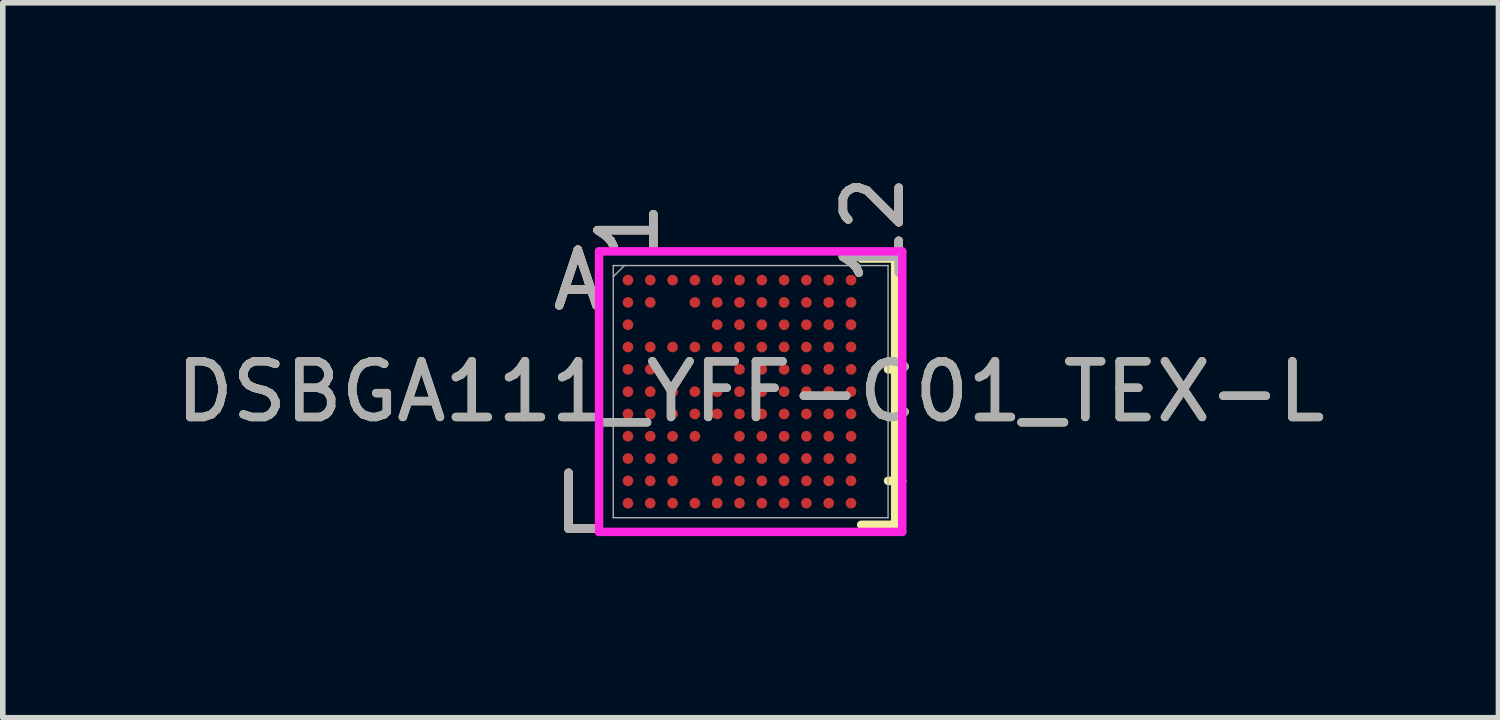
<source format=kicad_pcb>
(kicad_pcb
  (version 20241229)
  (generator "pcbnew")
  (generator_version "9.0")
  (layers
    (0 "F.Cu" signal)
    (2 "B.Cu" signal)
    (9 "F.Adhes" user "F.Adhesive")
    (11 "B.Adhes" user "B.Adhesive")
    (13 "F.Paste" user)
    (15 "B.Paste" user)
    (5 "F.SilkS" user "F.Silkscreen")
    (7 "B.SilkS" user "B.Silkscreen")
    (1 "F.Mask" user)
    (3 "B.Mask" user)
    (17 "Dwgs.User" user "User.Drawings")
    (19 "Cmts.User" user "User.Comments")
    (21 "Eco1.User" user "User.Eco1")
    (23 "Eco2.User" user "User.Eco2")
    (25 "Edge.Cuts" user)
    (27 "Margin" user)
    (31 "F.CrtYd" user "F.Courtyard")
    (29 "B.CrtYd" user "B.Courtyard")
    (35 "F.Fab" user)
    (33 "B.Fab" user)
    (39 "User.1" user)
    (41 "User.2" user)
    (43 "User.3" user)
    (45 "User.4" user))
  (footprint "DSBGA111_YFF-C01_TEX-L"
    (layer "F.Cu")
    (at 10.411 3.973)
    (property "Reference" "DSBGA111_YFF-C01_TEX-L" (at 0 0 0) (unlocked yes) (layer "F.SilkS") (effects (font (size 1 1) (thickness 0.15))))
    (attr smd)
    (fp_line (start 1.982 2.388) (end 2.591 2.388) (stroke (width 0.152) (type solid)) (layer "F.SilkS"))
    (fp_line (start 2.464 -0.4) (end 2.718 -0.4) (stroke (width 0.152) (type solid)) (layer "F.SilkS"))
    (fp_line (start 2.464 1.6) (end 2.718 1.6) (stroke (width 0.152) (type solid)) (layer "F.SilkS"))
    (fp_line (start 2.591 -2.388) (end 1.982 -2.388) (stroke (width 0.152) (type solid)) (layer "F.SilkS"))
    (fp_line (start 2.591 2.388) (end 2.591 -2.388) (stroke (width 0.152) (type solid)) (layer "F.SilkS"))
    (fp_poly (pts (xy -2.845 -2.645) (xy 2.845 -2.645) (xy 2.845 2.645) (xy -2.845 2.645)) (stroke (width 0.1) (type solid)) (fill no) (layer "Eco2.User"))
    (fp_line (start -2.718 -2.515) (end 2.718 -2.515) (stroke (width 0.152) (type solid)) (layer "F.CrtYd"))
    (fp_line (start -2.718 2.515) (end -2.718 -2.515) (stroke (width 0.152) (type solid)) (layer "F.CrtYd"))
    (fp_line (start 2.718 -2.515) (end 2.718 2.515) (stroke (width 0.152) (type solid)) (layer "F.CrtYd"))
    (fp_line (start 2.718 2.515) (end -2.718 2.515) (stroke (width 0.152) (type solid)) (layer "F.CrtYd"))
    (fp_line (start -2.464 -2.261) (end -2.464 2.261) (stroke (width 0.025) (type solid)) (layer "F.Fab"))
    (fp_line (start -2.464 2.261) (end 2.464 2.261) (stroke (width 0.025) (type solid)) (layer "F.Fab"))
    (fp_line (start -2.264 -2.261) (end -2.464 -2.061) (stroke (width 0.025) (type solid)) (layer "F.Fab"))
    (fp_line (start 2.464 -2.261) (end -2.464 -2.261) (stroke (width 0.025) (type solid)) (layer "F.Fab"))
    (fp_line (start 2.464 2.261) (end 2.464 -2.261) (stroke (width 0.025) (type solid)) (layer "F.Fab"))
    (fp_text user "A" (at -3.099 -2 0) (unlocked yes) (layer "F.SilkS") (effects (font (size 1 1) (thickness 0.15))))
    (fp_text user "L" (at -3.099 2 0) (unlocked yes) (layer "F.SilkS") (effects (font (size 1 1) (thickness 0.15))))
    (fp_text user "12" (at 2.2 -2.896 90) (unlocked yes) (layer "F.SilkS") (effects (font (size 1 1) (thickness 0.15))))
    (fp_text user "1" (at -2.2 -2.896 90) (unlocked yes) (layer "F.SilkS") (effects (font (size 1 1) (thickness 0.15))))
    (fp_text user "1" (at -2.2 -2.896 90) (unlocked yes) (layer "B.SilkS") (effects (font (size 1 1) (thickness 0.15))))
    (fp_text user "L" (at -3.099 2 0) (unlocked yes) (layer "B.SilkS") (effects (font (size 1 1) (thickness 0.15))))
    (fp_text user "A" (at -3.099 -2 0) (unlocked yes) (layer "B.SilkS") (effects (font (size 1 1) (thickness 0.15))))
    (fp_text user "12" (at 2.2 -2.896 90) (unlocked yes) (layer "B.SilkS") (effects (font (size 1 1) (thickness 0.15))))
    (fp_text user "${REFERENCE}" (at 0 0 0) (unlocked yes) (layer "F.Fab") (effects (font (size 1 1) (thickness 0.15))))
    (fp_text user "1" (at -2.2 -2.896 90) (unlocked yes) (layer "F.Fab") (effects (font (size 1 1) (thickness 0.15))))
    (fp_text user "L" (at -3.099 2 0) (unlocked yes) (layer "F.Fab") (effects (font (size 1 1) (thickness 0.15))))
    (fp_text user "A" (at -3.099 -2 0) (unlocked yes) (layer "F.Fab") (effects (font (size 1 1) (thickness 0.15))))
    (fp_text user "12" (at 2.2 -2.896 90) (unlocked yes) (layer "F.Fab") (effects (font (size 1 1) (thickness 0.15))))
    (pad "A1" smd circle (at -2.2 -2) (size 0.191 0.191) (layers "F.Cu" "F.Mask" "F.Paste"))
    (pad "A2" smd circle (at -1.8 -2) (size 0.191 0.191) (layers "F.Cu" "F.Mask" "F.Paste"))
    (pad "A3" smd circle (at -1.4 -2) (size 0.191 0.191) (layers "F.Cu" "F.Mask" "F.Paste"))
    (pad "A4" smd circle (at -1 -2) (size 0.191 0.191) (layers "F.Cu" "F.Mask" "F.Paste"))
    (pad "A5" smd circle (at -0.6 -2) (size 0.191 0.191) (layers "F.Cu" "F.Mask" "F.Paste"))
    (pad "A6" smd circle (at -0.2 -2) (size 0.191 0.191) (layers "F.Cu" "F.Mask" "F.Paste"))
    (pad "A7" smd circle (at 0.2 -2) (size 0.191 0.191) (layers "F.Cu" "F.Mask" "F.Paste"))
    (pad "A8" smd circle (at 0.6 -2) (size 0.191 0.191) (layers "F.Cu" "F.Mask" "F.Paste"))
    (pad "A9" smd circle (at 1 -2) (size 0.191 0.191) (layers "F.Cu" "F.Mask" "F.Paste"))
    (pad "A10" smd circle (at 1.4 -2) (size 0.191 0.191) (layers "F.Cu" "F.Mask" "F.Paste"))
    (pad "A11" smd circle (at 1.8 -2) (size 0.191 0.191) (layers "F.Cu" "F.Mask" "F.Paste"))
    (pad "B1" smd circle (at -2.2 -1.6) (size 0.191 0.191) (layers "F.Cu" "F.Mask" "F.Paste"))
    (pad "B2" smd circle (at -1.8 -1.6) (size 0.191 0.191) (layers "F.Cu" "F.Mask" "F.Paste"))
    (pad "B4" smd circle (at -1 -1.6) (size 0.191 0.191) (layers "F.Cu" "F.Mask" "F.Paste"))
    (pad "B5" smd circle (at -0.6 -1.6) (size 0.191 0.191) (layers "F.Cu" "F.Mask" "F.Paste"))
    (pad "B6" smd circle (at -0.2 -1.6) (size 0.191 0.191) (layers "F.Cu" "F.Mask" "F.Paste"))
    (pad "B7" smd circle (at 0.2 -1.6) (size 0.191 0.191) (layers "F.Cu" "F.Mask" "F.Paste"))
    (pad "B8" smd circle (at 0.6 -1.6) (size 0.191 0.191) (layers "F.Cu" "F.Mask" "F.Paste"))
    (pad "B9" smd circle (at 1 -1.6) (size 0.191 0.191) (layers "F.Cu" "F.Mask" "F.Paste"))
    (pad "B10" smd circle (at 1.4 -1.6) (size 0.191 0.191) (layers "F.Cu" "F.Mask" "F.Paste"))
    (pad "B11" smd circle (at 1.8 -1.6) (size 0.191 0.191) (layers "F.Cu" "F.Mask" "F.Paste"))
    (pad "C1" smd circle (at -2.2 -1.2) (size 0.191 0.191) (layers "F.Cu" "F.Mask" "F.Paste"))
    (pad "C5" smd circle (at -0.6 -1.2) (size 0.191 0.191) (layers "F.Cu" "F.Mask" "F.Paste"))
    (pad "C6" smd circle (at -0.2 -1.2) (size 0.191 0.191) (layers "F.Cu" "F.Mask" "F.Paste"))
    (pad "C7" smd circle (at 0.2 -1.2) (size 0.191 0.191) (layers "F.Cu" "F.Mask" "F.Paste"))
    (pad "C8" smd circle (at 0.6 -1.2) (size 0.191 0.191) (layers "F.Cu" "F.Mask" "F.Paste"))
    (pad "C9" smd circle (at 1 -1.2) (size 0.191 0.191) (layers "F.Cu" "F.Mask" "F.Paste"))
    (pad "C10" smd circle (at 1.4 -1.2) (size 0.191 0.191) (layers "F.Cu" "F.Mask" "F.Paste"))
    (pad "C11" smd circle (at 1.8 -1.2) (size 0.191 0.191) (layers "F.Cu" "F.Mask" "F.Paste"))
    (pad "D1" smd circle (at -2.2 -0.8) (size 0.191 0.191) (layers "F.Cu" "F.Mask" "F.Paste"))
    (pad "D2" smd circle (at -1.8 -0.8) (size 0.191 0.191) (layers "F.Cu" "F.Mask" "F.Paste"))
    (pad "D3" smd circle (at -1.4 -0.8) (size 0.191 0.191) (layers "F.Cu" "F.Mask" "F.Paste"))
    (pad "D4" smd circle (at -1 -0.8) (size 0.191 0.191) (layers "F.Cu" "F.Mask" "F.Paste"))
    (pad "D5" smd circle (at -0.6 -0.8) (size 0.191 0.191) (layers "F.Cu" "F.Mask" "F.Paste"))
    (pad "D6" smd circle (at -0.2 -0.8) (size 0.191 0.191) (layers "F.Cu" "F.Mask" "F.Paste"))
    (pad "D7" smd circle (at 0.2 -0.8) (size 0.191 0.191) (layers "F.Cu" "F.Mask" "F.Paste"))
    (pad "D8" smd circle (at 0.6 -0.8) (size 0.191 0.191) (layers "F.Cu" "F.Mask" "F.Paste"))
    (pad "D9" smd circle (at 1 -0.8) (size 0.191 0.191) (layers "F.Cu" "F.Mask" "F.Paste"))
    (pad "D10" smd circle (at 1.4 -0.8) (size 0.191 0.191) (layers "F.Cu" "F.Mask" "F.Paste"))
    (pad "D11" smd circle (at 1.8 -0.8) (size 0.191 0.191) (layers "F.Cu" "F.Mask" "F.Paste"))
    (pad "E1" smd circle (at -2.2 -0.4) (size 0.191 0.191) (layers "F.Cu" "F.Mask" "F.Paste"))
    (pad "E2" smd circle (at -1.8 -0.4) (size 0.191 0.191) (layers "F.Cu" "F.Mask" "F.Paste"))
    (pad "E6" smd circle (at -0.2 -0.4) (size 0.191 0.191) (layers "F.Cu" "F.Mask" "F.Paste"))
    (pad "E7" smd circle (at 0.2 -0.4) (size 0.191 0.191) (layers "F.Cu" "F.Mask" "F.Paste"))
    (pad "E8" smd circle (at 0.6 -0.4) (size 0.191 0.191) (layers "F.Cu" "F.Mask" "F.Paste"))
    (pad "E9" smd circle (at 1 -0.4) (size 0.191 0.191) (layers "F.Cu" "F.Mask" "F.Paste"))
    (pad "E10" smd circle (at 1.4 -0.4) (size 0.191 0.191) (layers "F.Cu" "F.Mask" "F.Paste"))
    (pad "E11" smd circle (at 1.8 -0.4) (size 0.191 0.191) (layers "F.Cu" "F.Mask" "F.Paste"))
    (pad "F1" smd circle (at -2.2 0) (size 0.191 0.191) (layers "F.Cu" "F.Mask" "F.Paste"))
    (pad "F2" smd circle (at -1.8 0) (size 0.191 0.191) (layers "F.Cu" "F.Mask" "F.Paste"))
    (pad "F3" smd circle (at -1.4 0) (size 0.191 0.191) (layers "F.Cu" "F.Mask" "F.Paste"))
    (pad "F4" smd circle (at -1 0) (size 0.191 0.191) (layers "F.Cu" "F.Mask" "F.Paste"))
    (pad "F5" smd circle (at -0.6 0) (size 0.191 0.191) (layers "F.Cu" "F.Mask" "F.Paste"))
    (pad "F6" smd circle (at -0.2 0) (size 0.191 0.191) (layers "F.Cu" "F.Mask" "F.Paste"))
    (pad "F7" smd circle (at 0.2 0) (size 0.191 0.191) (layers "F.Cu" "F.Mask" "F.Paste"))
    (pad "F8" smd circle (at 0.6 0) (size 0.191 0.191) (layers "F.Cu" "F.Mask" "F.Paste"))
    (pad "F9" smd circle (at 1 0) (size 0.191 0.191) (layers "F.Cu" "F.Mask" "F.Paste"))
    (pad "F10" smd circle (at 1.4 0) (size 0.191 0.191) (layers "F.Cu" "F.Mask" "F.Paste"))
    (pad "F11" smd circle (at 1.8 0) (size 0.191 0.191) (layers "F.Cu" "F.Mask" "F.Paste"))
    (pad "G1" smd circle (at -2.2 0.4) (size 0.191 0.191) (layers "F.Cu" "F.Mask" "F.Paste"))
    (pad "G2" smd circle (at -1.8 0.4) (size 0.191 0.191) (layers "F.Cu" "F.Mask" "F.Paste"))
    (pad "G3" smd circle (at -1.4 0.4) (size 0.191 0.191) (layers "F.Cu" "F.Mask" "F.Paste"))
    (pad "G4" smd circle (at -1 0.4) (size 0.191 0.191) (layers "F.Cu" "F.Mask" "F.Paste"))
    (pad "G5" smd circle (at -0.6 0.4) (size 0.191 0.191) (layers "F.Cu" "F.Mask" "F.Paste"))
    (pad "G6" smd circle (at -0.2 0.4) (size 0.191 0.191) (layers "F.Cu" "F.Mask" "F.Paste"))
    (pad "G7" smd circle (at 0.2 0.4) (size 0.191 0.191) (layers "F.Cu" "F.Mask" "F.Paste"))
    (pad "G8" smd circle (at 0.6 0.4) (size 0.191 0.191) (layers "F.Cu" "F.Mask" "F.Paste"))
    (pad "G9" smd circle (at 1 0.4) (size 0.191 0.191) (layers "F.Cu" "F.Mask" "F.Paste"))
    (pad "G10" smd circle (at 1.4 0.4) (size 0.191 0.191) (layers "F.Cu" "F.Mask" "F.Paste"))
    (pad "G11" smd circle (at 1.8 0.4) (size 0.191 0.191) (layers "F.Cu" "F.Mask" "F.Paste"))
    (pad "H1" smd circle (at -2.2 0.8) (size 0.191 0.191) (layers "F.Cu" "F.Mask" "F.Paste"))
    (pad "H2" smd circle (at -1.8 0.8) (size 0.191 0.191) (layers "F.Cu" "F.Mask" "F.Paste"))
    (pad "H3" smd circle (at -1.4 0.8) (size 0.191 0.191) (layers "F.Cu" "F.Mask" "F.Paste"))
    (pad "H4" smd circle (at -1 0.8) (size 0.191 0.191) (layers "F.Cu" "F.Mask" "F.Paste"))
    (pad "H6" smd circle (at -0.2 0.8) (size 0.191 0.191) (layers "F.Cu" "F.Mask" "F.Paste"))
    (pad "H7" smd circle (at 0.2 0.8) (size 0.191 0.191) (layers "F.Cu" "F.Mask" "F.Paste"))
    (pad "H8" smd circle (at 0.6 0.8) (size 0.191 0.191) (layers "F.Cu" "F.Mask" "F.Paste"))
    (pad "H9" smd circle (at 1 0.8) (size 0.191 0.191) (layers "F.Cu" "F.Mask" "F.Paste"))
    (pad "H10" smd circle (at 1.4 0.8) (size 0.191 0.191) (layers "F.Cu" "F.Mask" "F.Paste"))
    (pad "H11" smd circle (at 1.8 0.8) (size 0.191 0.191) (layers "F.Cu" "F.Mask" "F.Paste"))
    (pad "J1" smd circle (at -2.2 1.2) (size 0.191 0.191) (layers "F.Cu" "F.Mask" "F.Paste"))
    (pad "J2" smd circle (at -1.8 1.2) (size 0.191 0.191) (layers "F.Cu" "F.Mask" "F.Paste"))
    (pad "J3" smd circle (at -1.4 1.2) (size 0.191 0.191) (layers "F.Cu" "F.Mask" "F.Paste"))
    (pad "J5" smd circle (at -0.6 1.2) (size 0.191 0.191) (layers "F.Cu" "F.Mask" "F.Paste"))
    (pad "J6" smd circle (at -0.2 1.2) (size 0.191 0.191) (layers "F.Cu" "F.Mask" "F.Paste"))
    (pad "J7" smd circle (at 0.2 1.2) (size 0.191 0.191) (layers "F.Cu" "F.Mask" "F.Paste"))
    (pad "J8" smd circle (at 0.6 1.2) (size 0.191 0.191) (layers "F.Cu" "F.Mask" "F.Paste"))
    (pad "J9" smd circle (at 1 1.2) (size 0.191 0.191) (layers "F.Cu" "F.Mask" "F.Paste"))
    (pad "J10" smd circle (at 1.4 1.2) (size 0.191 0.191) (layers "F.Cu" "F.Mask" "F.Paste"))
    (pad "J11" smd circle (at 1.8 1.2) (size 0.191 0.191) (layers "F.Cu" "F.Mask" "F.Paste"))
    (pad "K1" smd circle (at -2.2 1.6) (size 0.191 0.191) (layers "F.Cu" "F.Mask" "F.Paste"))
    (pad "K2" smd circle (at -1.8 1.6) (size 0.191 0.191) (layers "F.Cu" "F.Mask" "F.Paste"))
    (pad "K3" smd circle (at -1.4 1.6) (size 0.191 0.191) (layers "F.Cu" "F.Mask" "F.Paste"))
    (pad "K5" smd circle (at -0.6 1.6) (size 0.191 0.191) (layers "F.Cu" "F.Mask" "F.Paste"))
    (pad "K6" smd circle (at -0.2 1.6) (size 0.191 0.191) (layers "F.Cu" "F.Mask" "F.Paste"))
    (pad "K7" smd circle (at 0.2 1.6) (size 0.191 0.191) (layers "F.Cu" "F.Mask" "F.Paste"))
    (pad "K8" smd circle (at 0.6 1.6) (size 0.191 0.191) (layers "F.Cu" "F.Mask" "F.Paste"))
    (pad "K9" smd circle (at 1 1.6) (size 0.191 0.191) (layers "F.Cu" "F.Mask" "F.Paste"))
    (pad "K10" smd circle (at 1.4 1.6) (size 0.191 0.191) (layers "F.Cu" "F.Mask" "F.Paste"))
    (pad "K11" smd circle (at 1.8 1.6) (size 0.191 0.191) (layers "F.Cu" "F.Mask" "F.Paste"))
    (pad "L1" smd circle (at -2.2 2) (size 0.191 0.191) (layers "F.Cu" "F.Mask" "F.Paste"))
    (pad "L2" smd circle (at -1.8 2) (size 0.191 0.191) (layers "F.Cu" "F.Mask" "F.Paste"))
    (pad "L3" smd circle (at -1.4 2) (size 0.191 0.191) (layers "F.Cu" "F.Mask" "F.Paste"))
    (pad "L4" smd circle (at -1 2) (size 0.191 0.191) (layers "F.Cu" "F.Mask" "F.Paste"))
    (pad "L5" smd circle (at -0.6 2) (size 0.191 0.191) (layers "F.Cu" "F.Mask" "F.Paste"))
    (pad "L6" smd circle (at -0.2 2) (size 0.191 0.191) (layers "F.Cu" "F.Mask" "F.Paste"))
    (pad "L7" smd circle (at 0.2 2) (size 0.191 0.191) (layers "F.Cu" "F.Mask" "F.Paste"))
    (pad "L8" smd circle (at 0.6 2) (size 0.191 0.191) (layers "F.Cu" "F.Mask" "F.Paste"))
    (pad "L9" smd circle (at 1 2) (size 0.191 0.191) (layers "F.Cu" "F.Mask" "F.Paste"))
    (pad "L10" smd circle (at 1.4 2) (size 0.191 0.191) (layers "F.Cu" "F.Mask" "F.Paste"))
    (pad "L11" smd circle (at 1.8 2) (size 0.191 0.191) (layers "F.Cu" "F.Mask" "F.Paste")))
  (gr_rect
    (start -3 -3)
    (end 23.821 9.821)
    (stroke (width 0.1) (type default))
    (fill no)
    (layer "Edge.Cuts")))
</source>
